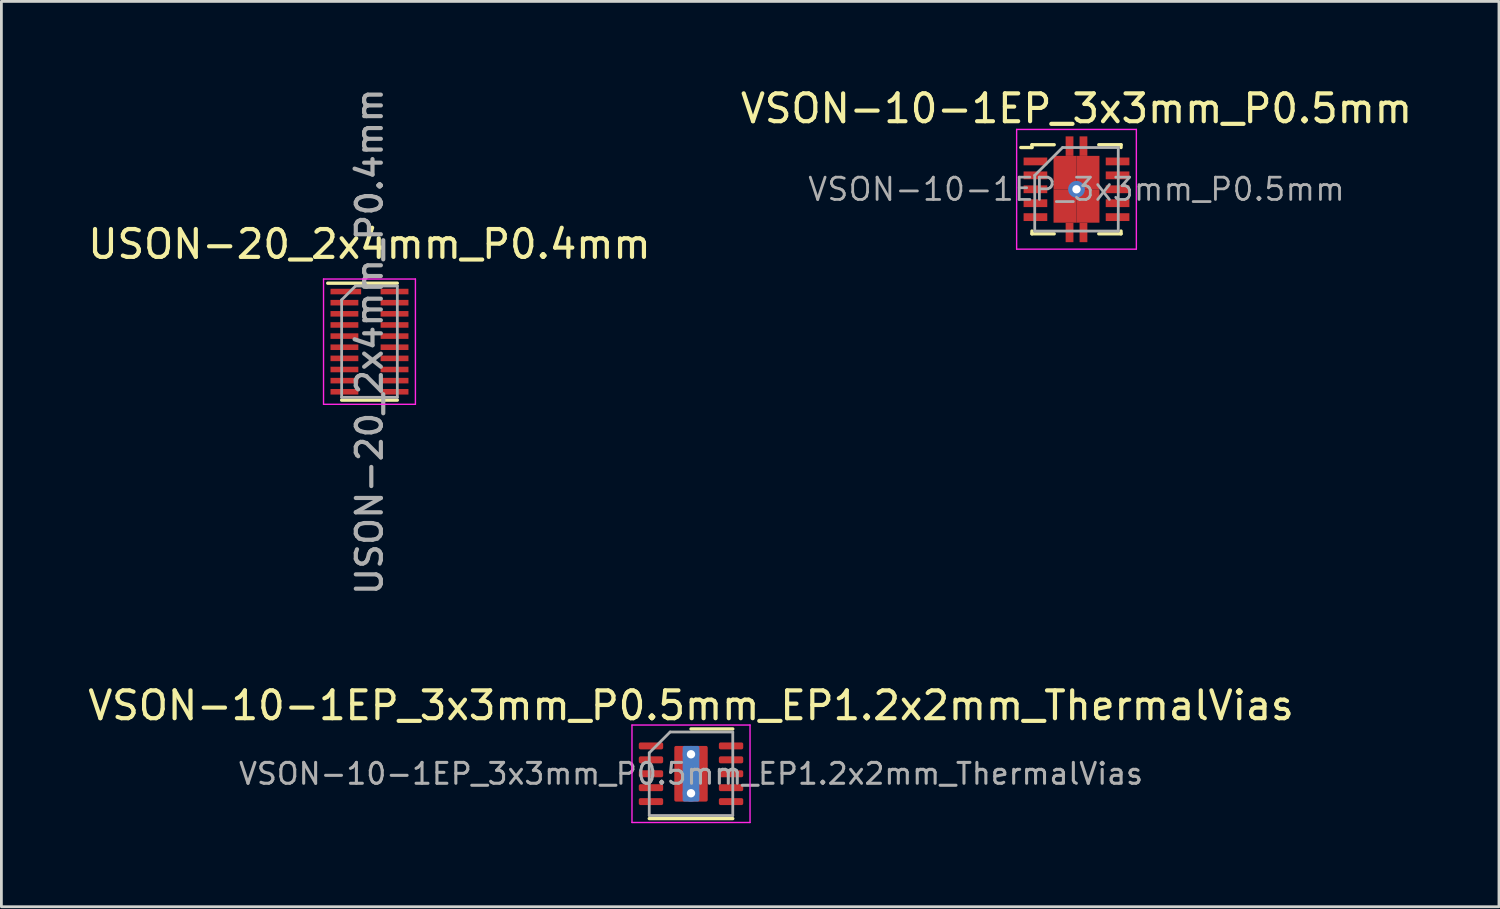
<source format=kicad_pcb>
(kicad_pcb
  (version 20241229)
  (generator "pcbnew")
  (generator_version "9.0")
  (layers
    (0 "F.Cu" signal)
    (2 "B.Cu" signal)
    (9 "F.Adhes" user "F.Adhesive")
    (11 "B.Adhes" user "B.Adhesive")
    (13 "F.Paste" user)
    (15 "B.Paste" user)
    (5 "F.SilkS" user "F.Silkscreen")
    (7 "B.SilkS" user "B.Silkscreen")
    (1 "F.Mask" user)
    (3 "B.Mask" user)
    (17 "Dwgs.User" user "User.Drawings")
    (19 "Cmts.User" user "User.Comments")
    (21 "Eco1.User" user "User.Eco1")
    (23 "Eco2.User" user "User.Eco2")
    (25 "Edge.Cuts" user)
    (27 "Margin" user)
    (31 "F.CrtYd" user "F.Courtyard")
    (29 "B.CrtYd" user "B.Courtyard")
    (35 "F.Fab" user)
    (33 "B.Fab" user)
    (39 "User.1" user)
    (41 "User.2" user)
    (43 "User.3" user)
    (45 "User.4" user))
  (footprint "USON-20_2x4mm_P0.4mm"
    (layer "F.Cu")
    (at 10.22 9.221)
    (property "Reference" "USON-20_2x4mm_P0.4mm" (at 0 -3.5 0) (layer "F.SilkS") (effects (font (size 1 1) (thickness 0.15))))
    (attr smd)
    (fp_line (start 1 -2.1) (end -1.5 -2.1) (stroke (width 0.12) (type solid)) (layer "F.SilkS"))
    (fp_line (start 1 2.1) (end -1 2.1) (stroke (width 0.12) (type solid)) (layer "F.SilkS"))
    (fp_line (start -1.65 -2.25) (end 1.65 -2.25) (stroke (width 0.05) (type solid)) (layer "F.CrtYd"))
    (fp_line (start -1.65 2.25) (end -1.65 -2.25) (stroke (width 0.05) (type solid)) (layer "F.CrtYd"))
    (fp_line (start 1.65 -2.25) (end 1.65 2.25) (stroke (width 0.05) (type solid)) (layer "F.CrtYd"))
    (fp_line (start 1.65 2.25) (end -1.65 2.25) (stroke (width 0.05) (type solid)) (layer "F.CrtYd"))
    (fp_line (start -1 2) (end -1 -1.5) (stroke (width 0.1) (type solid)) (layer "F.Fab"))
    (fp_line (start -0.5 -2) (end -1 -1.5) (stroke (width 0.1) (type solid)) (layer "F.Fab"))
    (fp_line (start -0.5 -2) (end 1 -2) (stroke (width 0.1) (type solid)) (layer "F.Fab"))
    (fp_line (start 1 -2) (end 1 2) (stroke (width 0.1) (type solid)) (layer "F.Fab"))
    (fp_line (start 1 2) (end -1 2) (stroke (width 0.1) (type solid)) (layer "F.Fab"))
    (fp_text user "${REFERENCE}" (at 0 0 90) (layer "F.Fab") (effects (font (size 0.9 0.9) (thickness 0.15))))
    (pad "1" smd rect (at -0.85 -1.8 270) (size 0.2 1.1) (layers "F.Cu" "F.Mask" "F.Paste"))
    (pad "2" smd rect (at -0.9 -1.4 270) (size 0.2 1) (layers "F.Cu" "F.Mask" "F.Paste"))
    (pad "3" smd rect (at -0.9 -1 270) (size 0.2 1) (layers "F.Cu" "F.Mask" "F.Paste"))
    (pad "4" smd rect (at -0.9 -0.6 270) (size 0.2 1) (layers "F.Cu" "F.Mask" "F.Paste"))
    (pad "5" smd rect (at -0.9 -0.2 270) (size 0.2 1) (layers "F.Cu" "F.Mask" "F.Paste"))
    (pad "6" smd rect (at -0.9 0.2 270) (size 0.2 1) (layers "F.Cu" "F.Mask" "F.Paste"))
    (pad "7" smd rect (at -0.9 0.6 270) (size 0.2 1) (layers "F.Cu" "F.Mask" "F.Paste"))
    (pad "8" smd rect (at -0.9 1 270) (size 0.2 1) (layers "F.Cu" "F.Mask" "F.Paste"))
    (pad "9" smd rect (at -0.9 1.4 270) (size 0.2 1) (layers "F.Cu" "F.Mask" "F.Paste"))
    (pad "10" smd rect (at -0.9 1.8 270) (size 0.2 1) (layers "F.Cu" "F.Mask" "F.Paste"))
    (pad "11" smd rect (at 0.9 1.8 270) (size 0.2 1) (layers "F.Cu" "F.Mask" "F.Paste"))
    (pad "12" smd rect (at 0.9 1.4 270) (size 0.2 1) (layers "F.Cu" "F.Mask" "F.Paste"))
    (pad "13" smd rect (at 0.9 1 270) (size 0.2 1) (layers "F.Cu" "F.Mask" "F.Paste"))
    (pad "14" smd rect (at 0.9 0.6 270) (size 0.2 1) (layers "F.Cu" "F.Mask" "F.Paste"))
    (pad "15" smd rect (at 0.9 0.2 270) (size 0.2 1) (layers "F.Cu" "F.Mask" "F.Paste"))
    (pad "16" smd rect (at 0.9 -0.2 270) (size 0.2 1) (layers "F.Cu" "F.Mask" "F.Paste"))
    (pad "17" smd rect (at 0.9 -0.6 270) (size 0.2 1) (layers "F.Cu" "F.Mask" "F.Paste"))
    (pad "18" smd rect (at 0.9 -1 270) (size 0.2 1) (layers "F.Cu" "F.Mask" "F.Paste"))
    (pad "19" smd rect (at 0.9 -1.4 270) (size 0.2 1) (layers "F.Cu" "F.Mask" "F.Paste"))
    (pad "20" smd rect (at 0.9 -1.8 270) (size 0.2 1) (layers "F.Cu" "F.Mask" "F.Paste")))
  (footprint "VSON-10-1EP_3x3mm_P0.5mm"
    (layer "F.Cu")
    (at 35.613 3.748)
    (property "Reference" "VSON-10-1EP_3x3mm_P0.5mm" (at 0 -2.9 0) (layer "F.SilkS") (effects (font (size 1 1) (thickness 0.15))))
    (attr smd)
    (fp_line (start -1.6 -1.6) (end -1.6 -1.5) (stroke (width 0.12) (type solid)) (layer "F.SilkS"))
    (fp_line (start -1.6 -1.5) (end -2 -1.5) (stroke (width 0.12) (type solid)) (layer "F.SilkS"))
    (fp_line (start -1.6 1.5) (end -1.6 1.6) (stroke (width 0.12) (type solid)) (layer "F.SilkS"))
    (fp_line (start -1.6 1.6) (end -0.8 1.6) (stroke (width 0.12) (type solid)) (layer "F.SilkS"))
    (fp_line (start -0.8 -1.6) (end -1.6 -1.6) (stroke (width 0.12) (type solid)) (layer "F.SilkS"))
    (fp_line (start 0.8 -1.6) (end 1.6 -1.6) (stroke (width 0.12) (type solid)) (layer "F.SilkS"))
    (fp_line (start 0.8 1.6) (end 1.6 1.6) (stroke (width 0.12) (type solid)) (layer "F.SilkS"))
    (fp_line (start 1.6 -1.6) (end 1.6 -1.5) (stroke (width 0.12) (type solid)) (layer "F.SilkS"))
    (fp_line (start 1.6 1.6) (end 1.6 1.5) (stroke (width 0.12) (type solid)) (layer "F.SilkS"))
    (fp_line (start -2.15 -2.15) (end 2.15 -2.15) (stroke (width 0.05) (type solid)) (layer "F.CrtYd"))
    (fp_line (start -2.15 2.15) (end -2.15 -2.15) (stroke (width 0.05) (type solid)) (layer "F.CrtYd"))
    (fp_line (start 2.15 -2.15) (end 2.15 2.15) (stroke (width 0.05) (type solid)) (layer "F.CrtYd"))
    (fp_line (start 2.15 2.15) (end -2.15 2.15) (stroke (width 0.05) (type solid)) (layer "F.CrtYd"))
    (fp_line (start -1.5 -0.5) (end -1.5 1.5) (stroke (width 0.1) (type solid)) (layer "F.Fab"))
    (fp_line (start -1.5 -0.5) (end -0.5 -1.5) (stroke (width 0.1) (type solid)) (layer "F.Fab"))
    (fp_line (start -1.5 1.5) (end 1.5 1.5) (stroke (width 0.1) (type solid)) (layer "F.Fab"))
    (fp_line (start -0.5 -1.5) (end 1.5 -1.5) (stroke (width 0.1) (type solid)) (layer "F.Fab"))
    (fp_line (start 1.5 -1.5) (end 1.5 1.5) (stroke (width 0.1) (type solid)) (layer "F.Fab"))
    (fp_text user "${REFERENCE}" (at 0 0 0) (layer "F.Fab") (effects (font (size 0.8 0.8) (thickness 0.1))))
    (pad "1" smd rect (at -1.475 -1) (size 0.85 0.28) (layers "F.Cu" "F.Mask" "F.Paste"))
    (pad "2" smd rect (at -1.475 -0.5) (size 0.85 0.28) (layers "F.Cu" "F.Mask" "F.Paste"))
    (pad "3" smd rect (at -1.475 0) (size 0.85 0.28) (layers "F.Cu" "F.Mask" "F.Paste"))
    (pad "4" smd rect (at -1.475 0.5) (size 0.85 0.28) (layers "F.Cu" "F.Mask" "F.Paste"))
    (pad "5" smd rect (at -1.475 1) (size 0.85 0.28) (layers "F.Cu" "F.Mask" "F.Paste"))
    (pad "6" smd rect (at 1.475 1) (size 0.85 0.28) (layers "F.Cu" "F.Mask" "F.Paste"))
    (pad "7" smd rect (at 1.475 0.5) (size 0.85 0.28) (layers "F.Cu" "F.Mask" "F.Paste"))
    (pad "8" smd rect (at 1.475 0) (size 0.85 0.28) (layers "F.Cu" "F.Mask" "F.Paste"))
    (pad "9" smd rect (at 1.475 -0.5) (size 0.85 0.28) (layers "F.Cu" "F.Mask" "F.Paste"))
    (pad "10" smd rect (at 1.475 -1) (size 0.85 0.28) (layers "F.Cu" "F.Mask" "F.Paste"))
    (pad "11" smd rect (at -0.412 -0.6) (size 0.825 1.2) (layers "F.Cu" "F.Mask" "F.Paste"))
    (pad "11" smd rect (at -0.412 0.6) (size 0.825 1.2) (layers "F.Cu" "F.Mask" "F.Paste"))
    (pad "11" smd rect (at -0.25 -1.55) (size 0.28 0.7) (layers "F.Cu" "F.Mask" "F.Paste"))
    (pad "11" smd rect (at -0.25 1.55) (size 0.28 0.7) (layers "F.Cu" "F.Mask" "F.Paste"))
    (pad "11" thru_hole circle (at 0 0) (size 0.6 0.6) (drill 0.3) (layers "*.Cu" "*.Mask"))
    (pad "11" smd rect (at 0.25 -1.55) (size 0.28 0.7) (layers "F.Cu" "F.Mask" "F.Paste"))
    (pad "11" smd rect (at 0.25 1.55) (size 0.28 0.7) (layers "F.Cu" "F.Mask" "F.Paste"))
    (pad "11" smd rect (at 0.412 -0.6) (size 0.825 1.2) (layers "F.Cu" "F.Mask" "F.Paste"))
    (pad "11" smd rect (at 0.412 0.6) (size 0.825 1.2) (layers "F.Cu" "F.Mask" "F.Paste")))
  (footprint "VSON-10-1EP_3x3mm_P0.5mm_EP1.2x2mm_ThermalVias"
    (layer "F.Cu")
    (at 21.768 24.74)
    (property "Reference" "VSON-10-1EP_3x3mm_P0.5mm_EP1.2x2mm_ThermalVias" (at 0 -2.45 0) (layer "F.SilkS") (effects (font (size 1 1) (thickness 0.15))))
    (attr smd)
    (fp_line (start -1.5 1.61) (end 1.5 1.61) (stroke (width 0.12) (type solid)) (layer "F.SilkS"))
    (fp_line (start 0 -1.61) (end 1.5 -1.61) (stroke (width 0.12) (type solid)) (layer "F.SilkS"))
    (fp_line (start -2.12 -1.75) (end -2.12 1.75) (stroke (width 0.05) (type solid)) (layer "F.CrtYd"))
    (fp_line (start -2.12 1.75) (end 2.12 1.75) (stroke (width 0.05) (type solid)) (layer "F.CrtYd"))
    (fp_line (start 2.12 -1.75) (end -2.12 -1.75) (stroke (width 0.05) (type solid)) (layer "F.CrtYd"))
    (fp_line (start 2.12 1.75) (end 2.12 -1.75) (stroke (width 0.05) (type solid)) (layer "F.CrtYd"))
    (fp_line (start -1.5 -0.75) (end -0.75 -1.5) (stroke (width 0.1) (type solid)) (layer "F.Fab"))
    (fp_line (start -1.5 1.5) (end -1.5 -0.75) (stroke (width 0.1) (type solid)) (layer "F.Fab"))
    (fp_line (start -0.75 -1.5) (end 1.5 -1.5) (stroke (width 0.1) (type solid)) (layer "F.Fab"))
    (fp_line (start 1.5 -1.5) (end 1.5 1.5) (stroke (width 0.1) (type solid)) (layer "F.Fab"))
    (fp_line (start 1.5 1.5) (end -1.5 1.5) (stroke (width 0.1) (type solid)) (layer "F.Fab"))
    (fp_text user "${REFERENCE}" (at 0 0 0) (layer "F.Fab") (effects (font (size 0.75 0.75) (thickness 0.11))))
    (pad "" smd roundrect (at -0.3 -0.5) (size 0.52 0.87) (layers "F.Paste") (roundrect_rratio 0.25))
    (pad "" smd roundrect (at -0.3 0.5) (size 0.52 0.87) (layers "F.Paste") (roundrect_rratio 0.25))
    (pad "" smd roundrect (at 0.3 -0.5) (size 0.52 0.87) (layers "F.Paste") (roundrect_rratio 0.25))
    (pad "" smd roundrect (at 0.3 0.5) (size 0.52 0.87) (layers "F.Paste") (roundrect_rratio 0.25))
    (pad "1" smd roundrect (at -1.438 -1) (size 0.875 0.25) (layers "F.Cu" "F.Mask" "F.Paste") (roundrect_rratio 0.25))
    (pad "2" smd roundrect (at -1.438 -0.5) (size 0.875 0.25) (layers "F.Cu" "F.Mask" "F.Paste") (roundrect_rratio 0.25))
    (pad "3" smd roundrect (at -1.438 0) (size 0.875 0.25) (layers "F.Cu" "F.Mask" "F.Paste") (roundrect_rratio 0.25))
    (pad "4" smd roundrect (at -1.438 0.5) (size 0.875 0.25) (layers "F.Cu" "F.Mask" "F.Paste") (roundrect_rratio 0.25))
    (pad "5" smd roundrect (at -1.438 1) (size 0.875 0.25) (layers "F.Cu" "F.Mask" "F.Paste") (roundrect_rratio 0.25))
    (pad "6" smd roundrect (at 1.438 1) (size 0.875 0.25) (layers "F.Cu" "F.Mask" "F.Paste") (roundrect_rratio 0.25))
    (pad "7" smd roundrect (at 1.438 0.5) (size 0.875 0.25) (layers "F.Cu" "F.Mask" "F.Paste") (roundrect_rratio 0.25))
    (pad "8" smd roundrect (at 1.438 0) (size 0.875 0.25) (layers "F.Cu" "F.Mask" "F.Paste") (roundrect_rratio 0.25))
    (pad "9" smd roundrect (at 1.438 -0.5) (size 0.875 0.25) (layers "F.Cu" "F.Mask" "F.Paste") (roundrect_rratio 0.25))
    (pad "10" smd roundrect (at 1.438 -1) (size 0.875 0.25) (layers "F.Cu" "F.Mask" "F.Paste") (roundrect_rratio 0.25))
    (pad "11" thru_hole circle (at 0 -0.7) (size 0.6 0.6) (drill 0.3) (layers "*.Cu"))
    (pad "11" smd roundrect (at 0 0) (size 0.6 2) (layers "B.Cu") (roundrect_rratio 0.104))
    (pad "11" smd roundrect (at 0 0) (size 1.2 2) (layers "F.Cu" "F.Mask") (roundrect_rratio 0.052))
    (pad "11" thru_hole circle (at 0 0.7) (size 0.6 0.6) (drill 0.3) (layers "*.Cu")))
  (gr_rect
    (start -3 -3)
    (end 50.786 29.515)
    (stroke (width 0.1) (type default))
    (fill no)
    (layer "Edge.Cuts")))
</source>
